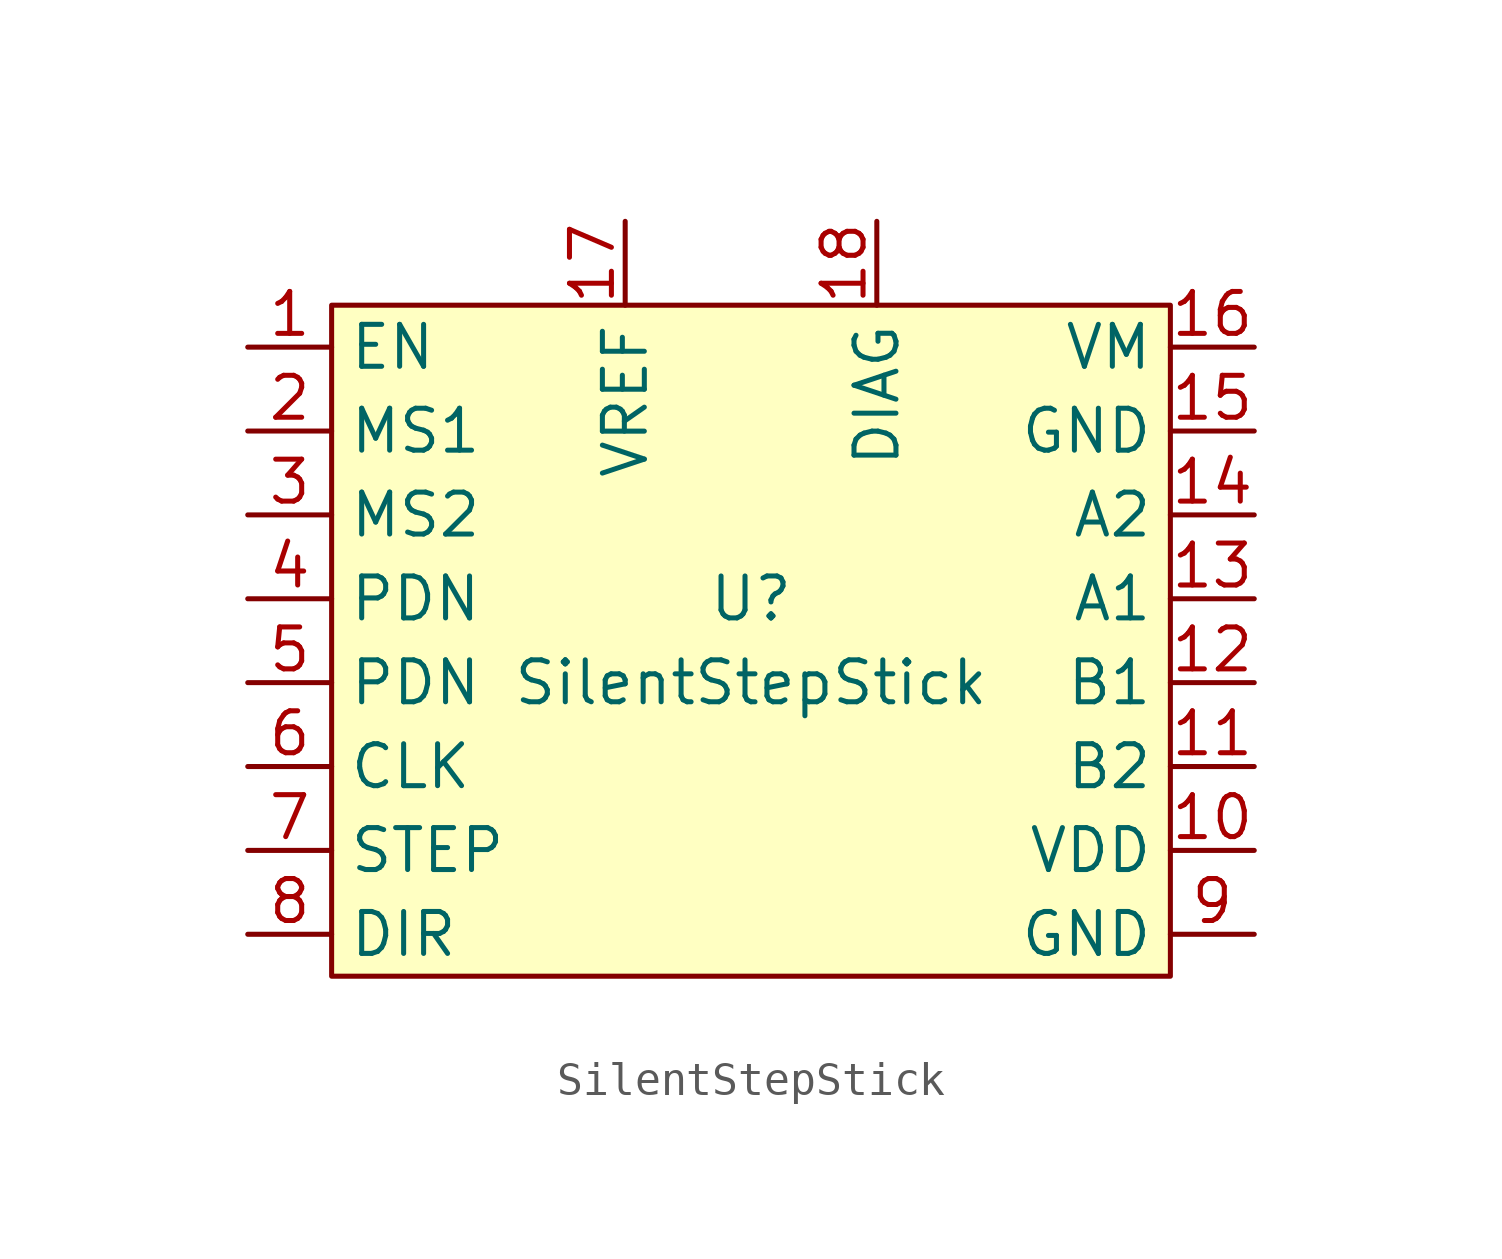
<source format=kicad_sym>
(kicad_symbol_lib
  (version 20211014)
  (generator kicad_symbol_editor)
  (symbol "SilentStepStick"
    (property "Reference" "U"
      (at 0 2.54 0)
      (effects (font (size 1.27 1.27))))
    (property "Value" "SilentStepStick"
      (at 0 0 0)
      (effects (font (size 1.27 1.27))))
    (symbol "SilentStepStick_0_1"
      (rectangle (start -12.7 11.43) (end 12.7 -8.89) (stroke (width 0) (type default) (color 0 0 0 0)) (fill (type background))))
    (symbol "SilentStepStick_1_1"
      (pin input line (at -15.24 10.16 0) (length 2.54) (name "EN" (effects (font (size 1.27 1.27)))) (number "1" (effects (font (size 1.27 1.27)))))
      (pin power_in line (at 15.24 -5.08 180) (length 2.54) (name "VDD" (effects (font (size 1.27 1.27)))) (number "10" (effects (font (size 1.27 1.27)))))
      (pin output line (at 15.24 -2.54 180) (length 2.54) (name "B2" (effects (font (size 1.27 1.27)))) (number "11" (effects (font (size 1.27 1.27)))))
      (pin output line (at 15.24 0 180) (length 2.54) (name "B1" (effects (font (size 1.27 1.27)))) (number "12" (effects (font (size 1.27 1.27)))))
      (pin output line (at 15.24 2.54 180) (length 2.54) (name "A1" (effects (font (size 1.27 1.27)))) (number "13" (effects (font (size 1.27 1.27)))))
      (pin output line (at 15.24 5.08 180) (length 2.54) (name "A2" (effects (font (size 1.27 1.27)))) (number "14" (effects (font (size 1.27 1.27)))))
      (pin power_in line (at 15.24 7.62 180) (length 2.54) (name "GND" (effects (font (size 1.27 1.27)))) (number "15" (effects (font (size 1.27 1.27)))))
      (pin power_in line (at 15.24 10.16 180) (length 2.54) (name "VM" (effects (font (size 1.27 1.27)))) (number "16" (effects (font (size 1.27 1.27)))))
      (pin input line (at -3.81 13.97 270) (length 2.54) (name "VREF" (effects (font (size 1.27 1.27)))) (number "17" (effects (font (size 1.27 1.27)))))
      (pin output line (at 3.81 13.97 270) (length 2.54) (name "DIAG" (effects (font (size 1.27 1.27)))) (number "18" (effects (font (size 1.27 1.27)))))
      (pin input line (at -15.24 7.62 0) (length 2.54) (name "MS1" (effects (font (size 1.27 1.27)))) (number "2" (effects (font (size 1.27 1.27)))))
      (pin input line (at -15.24 5.08 0) (length 2.54) (name "MS2" (effects (font (size 1.27 1.27)))) (number "3" (effects (font (size 1.27 1.27)))))
      (pin bidirectional line (at -15.24 2.54 0) (length 2.54) (name "PDN" (effects (font (size 1.27 1.27)))) (number "4" (effects (font (size 1.27 1.27)))))
      (pin bidirectional line (at -15.24 0 0) (length 2.54) (name "PDN" (effects (font (size 1.27 1.27)))) (number "5" (effects (font (size 1.27 1.27)))))
      (pin input line (at -15.24 -2.54 0) (length 2.54) (name "CLK" (effects (font (size 1.27 1.27)))) (number "6" (effects (font (size 1.27 1.27)))))
      (pin input line (at -15.24 -5.08 0) (length 2.54) (name "STEP" (effects (font (size 1.27 1.27)))) (number "7" (effects (font (size 1.27 1.27)))))
      (pin input line (at -15.24 -7.62 0) (length 2.54) (name "DIR" (effects (font (size 1.27 1.27)))) (number "8" (effects (font (size 1.27 1.27)))))
      (pin power_in line (at 15.24 -7.62 180) (length 2.54) (name "GND" (effects (font (size 1.27 1.27)))) (number "9" (effects (font (size 1.27 1.27))))))))
</source>
